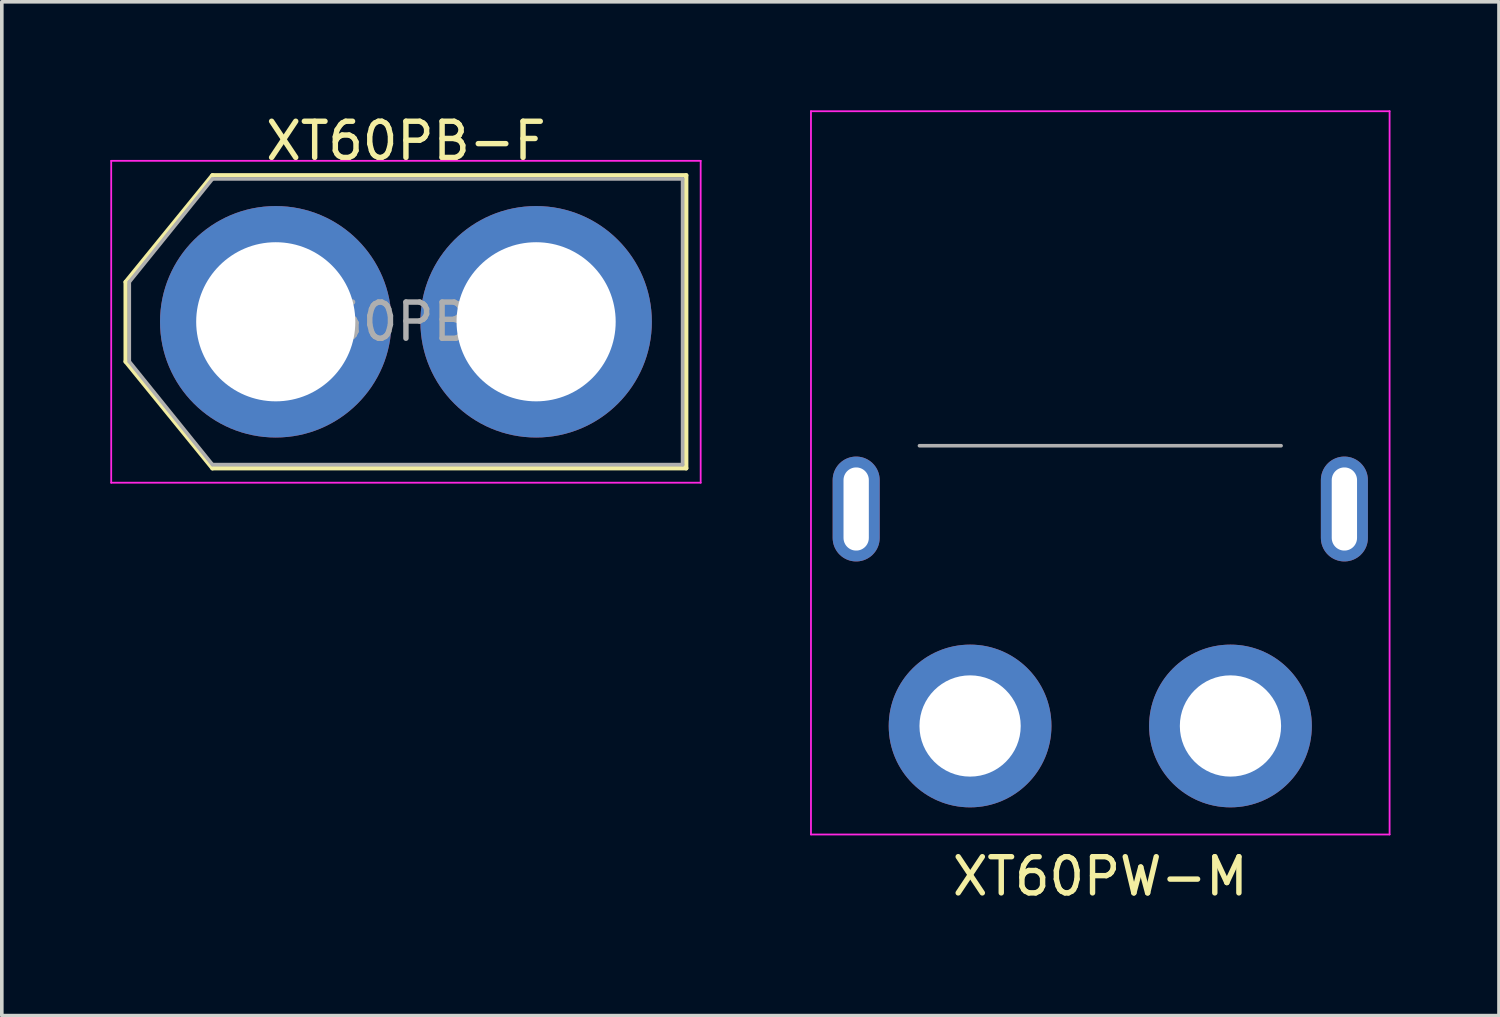
<source format=kicad_pcb>
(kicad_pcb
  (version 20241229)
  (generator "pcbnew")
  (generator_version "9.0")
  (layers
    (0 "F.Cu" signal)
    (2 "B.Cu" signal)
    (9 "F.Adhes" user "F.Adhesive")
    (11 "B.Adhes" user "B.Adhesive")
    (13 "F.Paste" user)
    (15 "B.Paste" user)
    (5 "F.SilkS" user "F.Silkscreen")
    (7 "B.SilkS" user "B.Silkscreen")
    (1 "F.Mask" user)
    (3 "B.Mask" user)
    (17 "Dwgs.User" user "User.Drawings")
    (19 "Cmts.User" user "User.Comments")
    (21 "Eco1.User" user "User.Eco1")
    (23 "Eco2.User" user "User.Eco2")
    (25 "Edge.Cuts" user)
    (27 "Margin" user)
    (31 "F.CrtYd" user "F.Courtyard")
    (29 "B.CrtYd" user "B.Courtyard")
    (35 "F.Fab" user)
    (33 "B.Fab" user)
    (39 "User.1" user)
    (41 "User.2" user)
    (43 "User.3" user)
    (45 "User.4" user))
  (footprint "XT60PW-M"
    (layer "F.Cu")
    (at 27.375 11.025)
    (property "Reference" "XT60PW-M" (at 0 10.16 0) (layer "F.SilkS") (effects (font (size 1 1) (thickness 0.15))))
    (attr through_hole)
    (fp_line (start -8 -11) (end 8 -11) (stroke (width 0.05) (type solid)) (layer "F.CrtYd"))
    (fp_line (start -8 9) (end -8 -11) (stroke (width 0.05) (type solid)) (layer "F.CrtYd"))
    (fp_line (start 8 -11) (end 8 9) (stroke (width 0.05) (type solid)) (layer "F.CrtYd"))
    (fp_line (start 8 9) (end -8 9) (stroke (width 0.05) (type solid)) (layer "F.CrtYd"))
    (fp_line (start -5 -1.75) (end 5 -1.75) (stroke (width 0.1) (type solid)) (layer "F.Fab"))
    (pad "1" thru_hole circle (at -3.6 6) (size 4.5 4.5) (drill 2.8) (layers "*.Cu" "*.Mask"))
    (pad "2" thru_hole circle (at 3.6 6 90) (size 4.5 4.5) (drill 2.8) (layers "*.Cu" "*.Mask"))
    (pad "MP" thru_hole oval (at -6.75 0 90) (size 2.9 1.3) (drill oval 2.3 0.7) (layers "*.Cu" "*.Mask"))
    (pad "MP" thru_hole oval (at 6.75 0 90) (size 2.9 1.3) (drill oval 2.3 0.7) (layers "*.Cu" "*.Mask")))
  (footprint "XT60PB-F"
    (layer "F.Cu")
    (at 8.175 5.848)
    (property "Reference" "XT60PB-F" (at 0 -5 0) (layer "F.SilkS") (effects (font (size 1 1) (thickness 0.15))))
    (attr through_hole)
    (fp_line (start -7.75 -1.1) (end -7.75 1.1) (stroke (width 0.12) (type solid)) (layer "F.SilkS"))
    (fp_line (start -7.75 1.1) (end -5.35 4.05) (stroke (width 0.12) (type solid)) (layer "F.SilkS"))
    (fp_line (start -5.35 -4.05) (end -7.75 -1.1) (stroke (width 0.12) (type solid)) (layer "F.SilkS"))
    (fp_line (start -5.35 -4.05) (end 7.75 -4.05) (stroke (width 0.12) (type solid)) (layer "F.SilkS"))
    (fp_line (start -5.35 4.05) (end 7.75 4.05) (stroke (width 0.12) (type solid)) (layer "F.SilkS"))
    (fp_line (start 7.75 -4.05) (end 7.75 4.05) (stroke (width 0.12) (type solid)) (layer "F.SilkS"))
    (fp_line (start -8.15 -4.45) (end 8.15 -4.45) (stroke (width 0.05) (type solid)) (layer "F.CrtYd"))
    (fp_line (start -8.15 4.45) (end -8.15 -4.45) (stroke (width 0.05) (type solid)) (layer "F.CrtYd"))
    (fp_line (start 8.15 -4.45) (end 8.15 4.45) (stroke (width 0.05) (type solid)) (layer "F.CrtYd"))
    (fp_line (start 8.15 4.45) (end -8.15 4.45) (stroke (width 0.05) (type solid)) (layer "F.CrtYd"))
    (fp_line (start -7.65 -1.1) (end -5.35 -3.95) (stroke (width 0.1) (type solid)) (layer "F.Fab"))
    (fp_line (start -7.65 1.1) (end -7.65 -1.1) (stroke (width 0.1) (type solid)) (layer "F.Fab"))
    (fp_line (start -5.35 -3.95) (end 7.65 -3.95) (stroke (width 0.1) (type solid)) (layer "F.Fab"))
    (fp_line (start -5.35 3.95) (end -7.65 1.1) (stroke (width 0.1) (type solid)) (layer "F.Fab"))
    (fp_line (start 7.65 3.95) (end -5.35 3.95) (stroke (width 0.1) (type solid)) (layer "F.Fab"))
    (fp_line (start 7.65 3.95) (end 7.65 -3.95) (stroke (width 0.1) (type solid)) (layer "F.Fab"))
    (fp_text user "${REFERENCE}" (at 0 0 0) (layer "F.Fab") (effects (font (size 1 1) (thickness 0.15))))
    (pad "1" thru_hole circle (at -3.6 0) (size 6.4 6.4) (drill 4.4) (layers "*.Cu" "*.Mask"))
    (pad "2" thru_hole circle (at 3.6 0 90) (size 6.4 6.4) (drill 4.4) (layers "*.Cu" "*.Mask")))
  (gr_rect
    (start -3 -3)
    (end 38.4 25.033)
    (stroke (width 0.1) (type default))
    (fill no)
    (layer "Edge.Cuts")))
</source>
